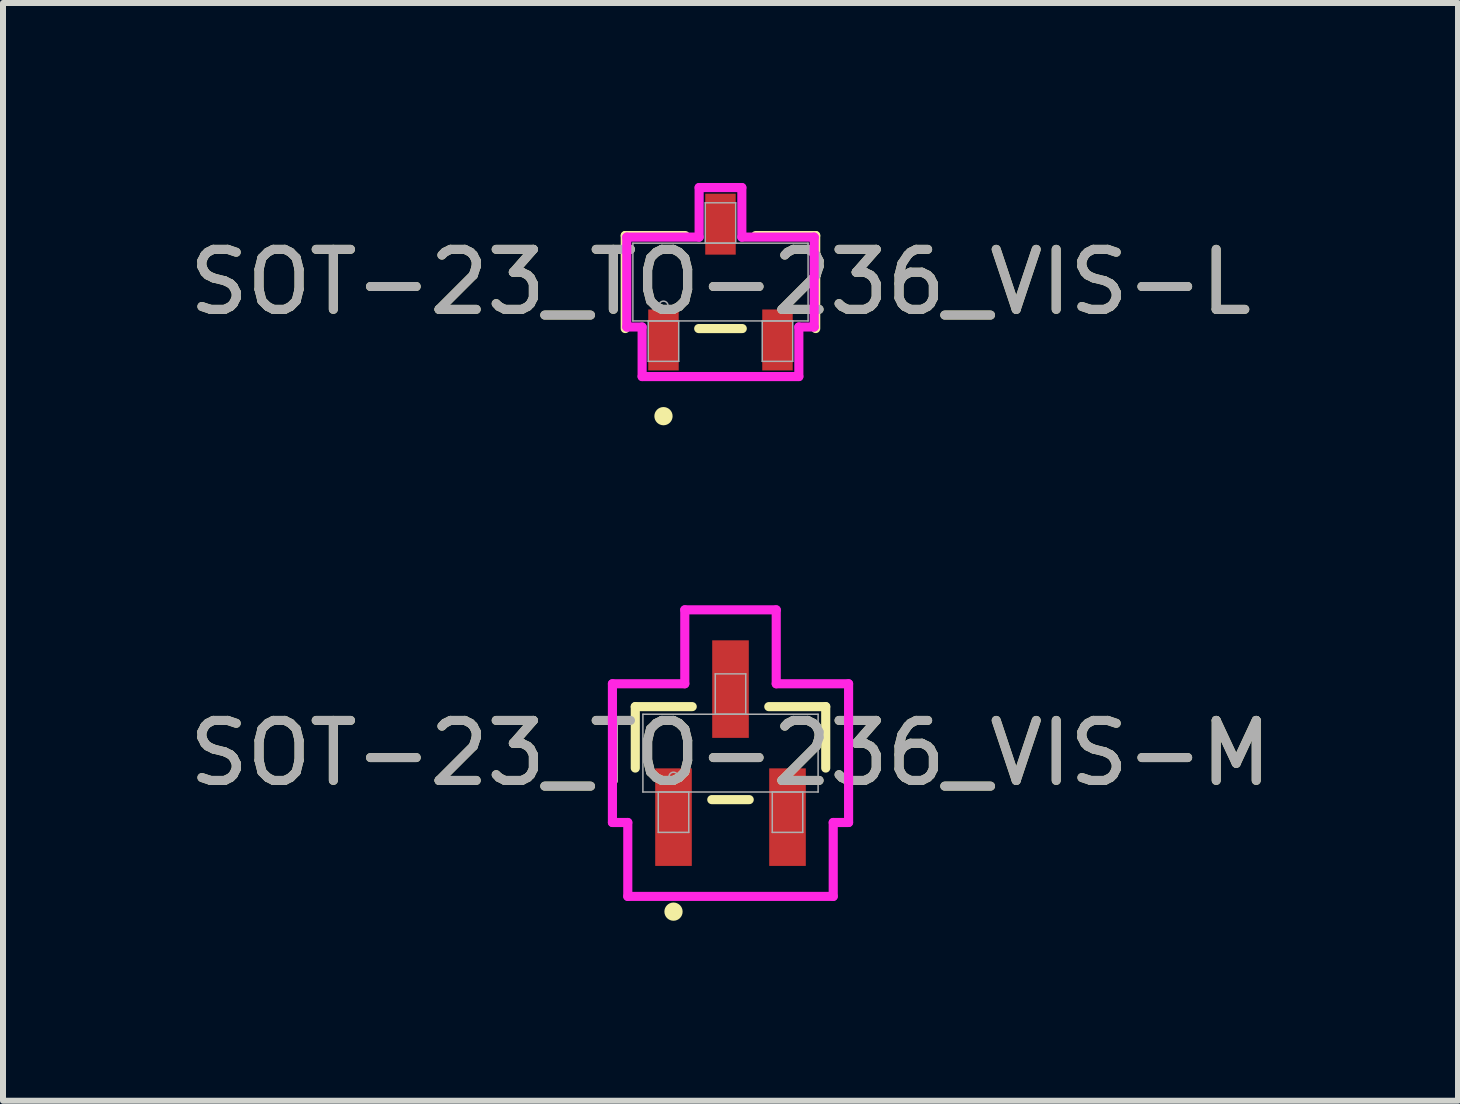
<source format=kicad_pcb>
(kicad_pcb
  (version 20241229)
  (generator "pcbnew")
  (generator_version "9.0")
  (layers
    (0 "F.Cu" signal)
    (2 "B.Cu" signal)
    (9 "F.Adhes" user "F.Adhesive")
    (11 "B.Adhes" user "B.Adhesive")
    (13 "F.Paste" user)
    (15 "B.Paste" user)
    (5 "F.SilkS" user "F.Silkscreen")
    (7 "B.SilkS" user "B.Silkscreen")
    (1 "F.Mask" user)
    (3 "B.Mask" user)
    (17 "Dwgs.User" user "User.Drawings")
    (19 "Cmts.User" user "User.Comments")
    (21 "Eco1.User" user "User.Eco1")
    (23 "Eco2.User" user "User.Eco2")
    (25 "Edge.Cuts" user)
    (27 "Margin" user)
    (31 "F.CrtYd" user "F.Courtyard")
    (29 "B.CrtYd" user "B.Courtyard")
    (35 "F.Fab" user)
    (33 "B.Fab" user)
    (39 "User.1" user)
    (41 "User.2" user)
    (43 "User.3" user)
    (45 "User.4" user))
  (footprint "SOT-23_TO-236_VIS-L"
    (layer "F.Cu")
    (at 8.958 1.651)
    (property "Reference" "SOT-23_TO-236_VIS-L" (at 0 0 0) (unlocked yes) (layer "F.SilkS") (effects (font (size 1 1) (thickness 0.15))))
    (attr smd)
    (fp_line (start -1.587 -0.775) (end -1.587 0.775) (stroke (width 0.152) (type solid)) (layer "F.SilkS"))
    (fp_line (start -0.587 -0.775) (end -1.587 -0.775) (stroke (width 0.152) (type solid)) (layer "F.SilkS"))
    (fp_line (start -0.363 0.775) (end 0.363 0.775) (stroke (width 0.152) (type solid)) (layer "F.SilkS"))
    (fp_line (start 1.587 -0.775) (end 0.587 -0.775) (stroke (width 0.152) (type solid)) (layer "F.SilkS"))
    (fp_line (start 1.587 0.775) (end 1.587 -0.775) (stroke (width 0.152) (type solid)) (layer "F.SilkS"))
    (fp_circle (center -0.95 2.235) (end -0.874 2.235) (stroke (width 0.152) (type solid)) (fill no) (layer "F.SilkS"))
    (fp_line (start -1.562 -0.749) (end -0.356 -0.749) (stroke (width 0.152) (type solid)) (layer "F.CrtYd"))
    (fp_line (start -1.562 0.749) (end -1.562 -0.749) (stroke (width 0.152) (type solid)) (layer "F.CrtYd"))
    (fp_line (start -1.562 0.749) (end -1.306 0.749) (stroke (width 0.152) (type solid)) (layer "F.CrtYd"))
    (fp_line (start -1.306 0.749) (end -1.306 1.575) (stroke (width 0.152) (type solid)) (layer "F.CrtYd"))
    (fp_line (start -1.306 1.575) (end 1.306 1.575) (stroke (width 0.152) (type solid)) (layer "F.CrtYd"))
    (fp_line (start -0.356 -1.575) (end 0.356 -1.575) (stroke (width 0.152) (type solid)) (layer "F.CrtYd"))
    (fp_line (start -0.356 -0.749) (end -0.356 -1.575) (stroke (width 0.152) (type solid)) (layer "F.CrtYd"))
    (fp_line (start 0.356 -0.749) (end 0.356 -1.575) (stroke (width 0.152) (type solid)) (layer "F.CrtYd"))
    (fp_line (start 1.306 0.749) (end 1.306 1.575) (stroke (width 0.152) (type solid)) (layer "F.CrtYd"))
    (fp_line (start 1.562 -0.749) (end 0.356 -0.749) (stroke (width 0.152) (type solid)) (layer "F.CrtYd"))
    (fp_line (start 1.562 -0.749) (end 1.562 0.749) (stroke (width 0.152) (type solid)) (layer "F.CrtYd"))
    (fp_line (start 1.562 0.749) (end 1.306 0.749) (stroke (width 0.152) (type solid)) (layer "F.CrtYd"))
    (fp_line (start -1.46 -0.648) (end -1.46 0.648) (stroke (width 0.025) (type solid)) (layer "F.Fab"))
    (fp_line (start -1.46 0.648) (end 1.46 0.648) (stroke (width 0.025) (type solid)) (layer "F.Fab"))
    (fp_line (start -1.204 0.648) (end -1.204 1.321) (stroke (width 0.025) (type solid)) (layer "F.Fab"))
    (fp_line (start -1.204 1.321) (end -0.696 1.321) (stroke (width 0.025) (type solid)) (layer "F.Fab"))
    (fp_line (start -0.696 0.648) (end -1.204 0.648) (stroke (width 0.025) (type solid)) (layer "F.Fab"))
    (fp_line (start -0.696 1.321) (end -0.696 0.648) (stroke (width 0.025) (type solid)) (layer "F.Fab"))
    (fp_line (start -0.254 -1.321) (end -0.254 -0.648) (stroke (width 0.025) (type solid)) (layer "F.Fab"))
    (fp_line (start -0.254 -0.648) (end 0.254 -0.648) (stroke (width 0.025) (type solid)) (layer "F.Fab"))
    (fp_line (start 0.254 -1.321) (end -0.254 -1.321) (stroke (width 0.025) (type solid)) (layer "F.Fab"))
    (fp_line (start 0.254 -0.648) (end 0.254 -1.321) (stroke (width 0.025) (type solid)) (layer "F.Fab"))
    (fp_line (start 0.696 0.648) (end 0.696 1.321) (stroke (width 0.025) (type solid)) (layer "F.Fab"))
    (fp_line (start 0.696 1.321) (end 1.204 1.321) (stroke (width 0.025) (type solid)) (layer "F.Fab"))
    (fp_line (start 1.204 0.648) (end 0.696 0.648) (stroke (width 0.025) (type solid)) (layer "F.Fab"))
    (fp_line (start 1.204 1.321) (end 1.204 0.648) (stroke (width 0.025) (type solid)) (layer "F.Fab"))
    (fp_line (start 1.46 -0.648) (end -1.46 -0.648) (stroke (width 0.025) (type solid)) (layer "F.Fab"))
    (fp_line (start 1.46 0.648) (end 1.46 -0.648) (stroke (width 0.025) (type solid)) (layer "F.Fab"))
    (fp_circle (center -0.95 0.394) (end -0.874 0.394) (stroke (width 0.025) (type solid)) (fill no) (layer "F.Fab"))
    (fp_text user "${REFERENCE}" (at 0 0 0) (unlocked yes) (layer "F.Fab") (effects (font (size 1 1) (thickness 0.15))))
    (pad "1" smd rect (at -0.95 0.965) (size 0.508 1.016) (layers "F.Cu" "F.Mask" "F.Paste"))
    (pad "2" smd rect (at 0.95 0.965) (size 0.508 1.016) (layers "F.Cu" "F.Mask" "F.Paste"))
    (pad "3" smd rect (at 0 -0.965) (size 0.508 1.016) (layers "F.Cu" "F.Mask" "F.Paste")))
  (footprint "SOT-23_TO-236_VIS-M"
    (layer "F.Cu")
    (at 9.125 9.502)
    (property "Reference" "SOT-23_TO-236_VIS-M" (at 0 0 0) (unlocked yes) (layer "F.SilkS") (effects (font (size 1 1) (thickness 0.15))))
    (attr smd)
    (fp_line (start -1.587 -0.775) (end -1.587 0.249) (stroke (width 0.152) (type solid)) (layer "F.SilkS"))
    (fp_line (start -0.638 -0.775) (end -1.587 -0.775) (stroke (width 0.152) (type solid)) (layer "F.SilkS"))
    (fp_line (start -0.312 0.775) (end 0.312 0.775) (stroke (width 0.152) (type solid)) (layer "F.SilkS"))
    (fp_line (start 1.587 -0.775) (end 0.638 -0.775) (stroke (width 0.152) (type solid)) (layer "F.SilkS"))
    (fp_line (start 1.587 0.249) (end 1.587 -0.775) (stroke (width 0.152) (type solid)) (layer "F.SilkS"))
    (fp_circle (center -0.95 2.642) (end -0.874 2.642) (stroke (width 0.152) (type solid)) (fill no) (layer "F.SilkS"))
    (fp_line (start -1.968 -1.156) (end -0.762 -1.156) (stroke (width 0.152) (type solid)) (layer "F.CrtYd"))
    (fp_line (start -1.968 1.156) (end -1.968 -1.156) (stroke (width 0.152) (type solid)) (layer "F.CrtYd"))
    (fp_line (start -1.968 1.156) (end -1.712 1.156) (stroke (width 0.152) (type solid)) (layer "F.CrtYd"))
    (fp_line (start -1.712 1.156) (end -1.712 2.388) (stroke (width 0.152) (type solid)) (layer "F.CrtYd"))
    (fp_line (start -1.712 2.388) (end 1.712 2.388) (stroke (width 0.152) (type solid)) (layer "F.CrtYd"))
    (fp_line (start -0.762 -2.388) (end 0.762 -2.388) (stroke (width 0.152) (type solid)) (layer "F.CrtYd"))
    (fp_line (start -0.762 -1.156) (end -0.762 -2.388) (stroke (width 0.152) (type solid)) (layer "F.CrtYd"))
    (fp_line (start 0.762 -1.156) (end 0.762 -2.388) (stroke (width 0.152) (type solid)) (layer "F.CrtYd"))
    (fp_line (start 1.712 1.156) (end 1.712 2.388) (stroke (width 0.152) (type solid)) (layer "F.CrtYd"))
    (fp_line (start 1.968 -1.156) (end 0.762 -1.156) (stroke (width 0.152) (type solid)) (layer "F.CrtYd"))
    (fp_line (start 1.968 -1.156) (end 1.968 1.156) (stroke (width 0.152) (type solid)) (layer "F.CrtYd"))
    (fp_line (start 1.968 1.156) (end 1.712 1.156) (stroke (width 0.152) (type solid)) (layer "F.CrtYd"))
    (fp_line (start -1.46 -0.648) (end -1.46 0.648) (stroke (width 0.025) (type solid)) (layer "F.Fab"))
    (fp_line (start -1.46 0.648) (end 1.46 0.648) (stroke (width 0.025) (type solid)) (layer "F.Fab"))
    (fp_line (start -1.204 0.648) (end -1.204 1.321) (stroke (width 0.025) (type solid)) (layer "F.Fab"))
    (fp_line (start -1.204 1.321) (end -0.696 1.321) (stroke (width 0.025) (type solid)) (layer "F.Fab"))
    (fp_line (start -0.696 0.648) (end -1.204 0.648) (stroke (width 0.025) (type solid)) (layer "F.Fab"))
    (fp_line (start -0.696 1.321) (end -0.696 0.648) (stroke (width 0.025) (type solid)) (layer "F.Fab"))
    (fp_line (start -0.254 -1.321) (end -0.254 -0.648) (stroke (width 0.025) (type solid)) (layer "F.Fab"))
    (fp_line (start -0.254 -0.648) (end 0.254 -0.648) (stroke (width 0.025) (type solid)) (layer "F.Fab"))
    (fp_line (start 0.254 -1.321) (end -0.254 -1.321) (stroke (width 0.025) (type solid)) (layer "F.Fab"))
    (fp_line (start 0.254 -0.648) (end 0.254 -1.321) (stroke (width 0.025) (type solid)) (layer "F.Fab"))
    (fp_line (start 0.696 0.648) (end 0.696 1.321) (stroke (width 0.025) (type solid)) (layer "F.Fab"))
    (fp_line (start 0.696 1.321) (end 1.204 1.321) (stroke (width 0.025) (type solid)) (layer "F.Fab"))
    (fp_line (start 1.204 0.648) (end 0.696 0.648) (stroke (width 0.025) (type solid)) (layer "F.Fab"))
    (fp_line (start 1.204 1.321) (end 1.204 0.648) (stroke (width 0.025) (type solid)) (layer "F.Fab"))
    (fp_line (start 1.46 -0.648) (end -1.46 -0.648) (stroke (width 0.025) (type solid)) (layer "F.Fab"))
    (fp_line (start 1.46 0.648) (end 1.46 -0.648) (stroke (width 0.025) (type solid)) (layer "F.Fab"))
    (fp_circle (center -0.95 0.394) (end -0.874 0.394) (stroke (width 0.025) (type solid)) (fill no) (layer "F.Fab"))
    (fp_text user "${REFERENCE}" (at 0 0 0) (unlocked yes) (layer "F.Fab") (effects (font (size 1 1) (thickness 0.15))))
    (pad "1" smd rect (at -0.95 1.067) (size 0.61 1.626) (layers "F.Cu" "F.Mask" "F.Paste"))
    (pad "2" smd rect (at 0.95 1.067) (size 0.61 1.626) (layers "F.Cu" "F.Mask" "F.Paste"))
    (pad "3" smd rect (at 0 -1.067) (size 0.61 1.626) (layers "F.Cu" "F.Mask" "F.Paste")))
  (gr_rect
    (start -3 -3)
    (end 21.25 15.296)
    (stroke (width 0.1) (type default))
    (fill no)
    (layer "Edge.Cuts")))
</source>
